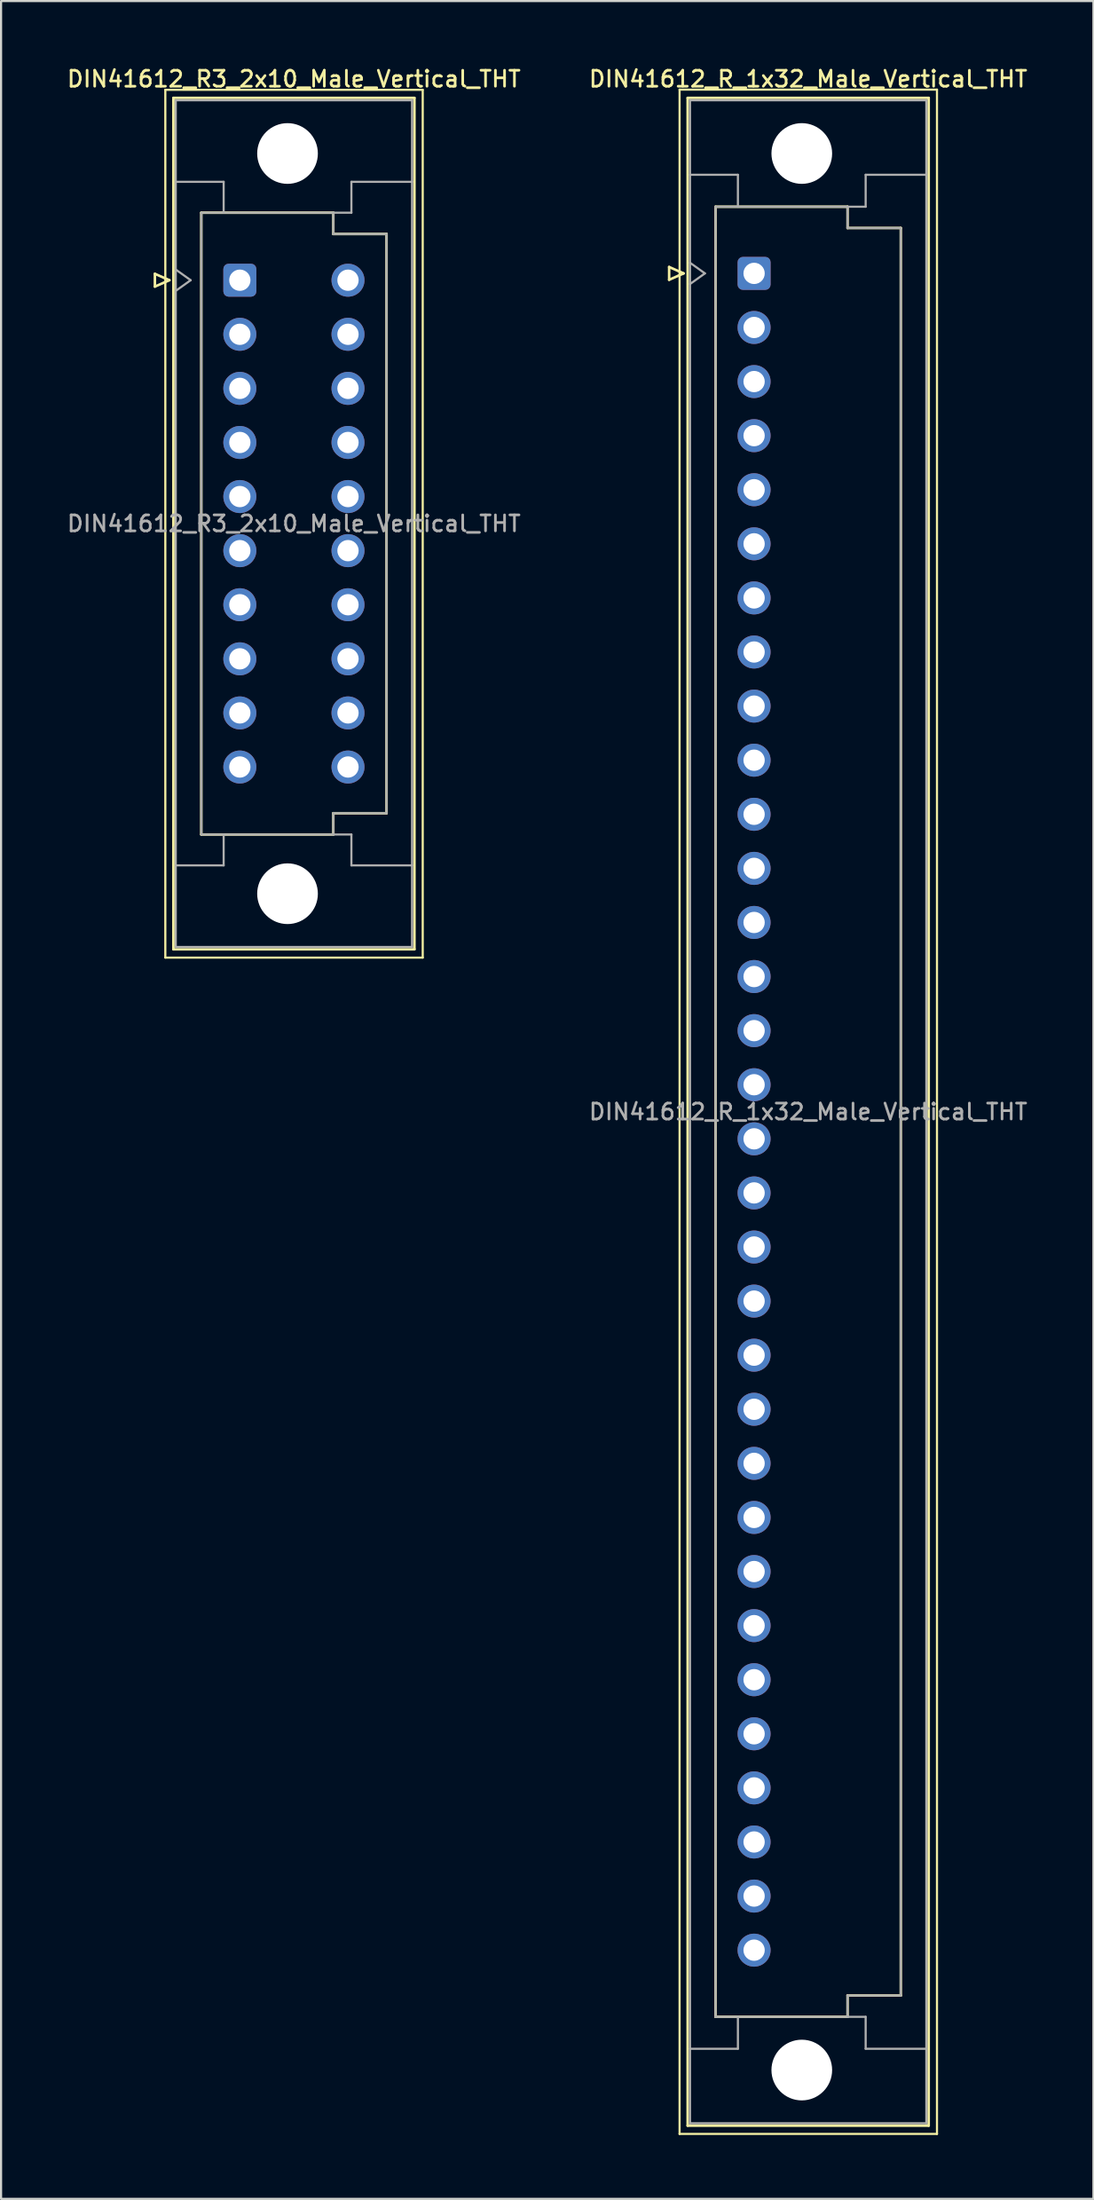
<source format=kicad_pcb>
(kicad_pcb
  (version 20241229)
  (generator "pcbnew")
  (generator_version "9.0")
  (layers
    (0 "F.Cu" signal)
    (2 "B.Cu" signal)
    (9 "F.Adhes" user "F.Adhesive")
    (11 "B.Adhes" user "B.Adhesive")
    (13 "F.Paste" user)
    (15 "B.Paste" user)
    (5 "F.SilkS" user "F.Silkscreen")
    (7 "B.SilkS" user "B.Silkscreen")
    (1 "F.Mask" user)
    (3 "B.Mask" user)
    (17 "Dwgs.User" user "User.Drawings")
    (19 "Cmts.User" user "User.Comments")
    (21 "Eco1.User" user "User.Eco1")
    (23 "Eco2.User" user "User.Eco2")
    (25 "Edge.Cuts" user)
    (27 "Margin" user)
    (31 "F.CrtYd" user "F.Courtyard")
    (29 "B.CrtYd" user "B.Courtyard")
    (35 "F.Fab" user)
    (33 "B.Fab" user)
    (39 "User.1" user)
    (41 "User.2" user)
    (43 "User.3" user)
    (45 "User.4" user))
  (footprint "DIN41612_R_1x32_Male_Vertical_THT"
    (layer "F.Cu")
    (at 32.369 9.788)
    (property "Reference" "DIN41612_R_1x32_Male_Vertical_THT" (at 2.54 -9.13 0) (layer "F.SilkS") (effects (font (size 0.75 0.75) (thickness 0.125))))
    (attr through_hole)
    (fp_line (start -3.99 -0.3) (end -3.99 0.3) (stroke (width 0.12) (type solid)) (layer "F.SilkS"))
    (fp_line (start -3.99 0.3) (end -3.31 0) (stroke (width 0.12) (type solid)) (layer "F.SilkS"))
    (fp_line (start -3.5 -8.63) (end 8.59 -8.63) (stroke (width 0.1) (type solid)) (layer "F.SilkS"))
    (fp_line (start -3.5 87.37) (end -3.5 -8.63) (stroke (width 0.1) (type solid)) (layer "F.SilkS"))
    (fp_line (start -3.31 0) (end -3.99 -0.3) (stroke (width 0.12) (type solid)) (layer "F.SilkS"))
    (fp_line (start -3.12 -8.24) (end 8.2 -8.24) (stroke (width 0.12) (type solid)) (layer "F.SilkS"))
    (fp_line (start -3.12 86.98) (end -3.12 -8.24) (stroke (width 0.12) (type solid)) (layer "F.SilkS"))
    (fp_line (start -1.81 -3.131) (end 4.39 -3.131) (stroke (width 0.12) (type solid)) (layer "F.SilkS"))
    (fp_line (start -1.81 81.87) (end -1.81 -3.131) (stroke (width 0.12) (type solid)) (layer "F.SilkS"))
    (fp_line (start 4.39 -3.131) (end 4.39 -2.131) (stroke (width 0.12) (type solid)) (layer "F.SilkS"))
    (fp_line (start 4.39 -2.131) (end 6.89 -2.131) (stroke (width 0.12) (type solid)) (layer "F.SilkS"))
    (fp_line (start 4.39 80.87) (end 4.39 81.87) (stroke (width 0.12) (type solid)) (layer "F.SilkS"))
    (fp_line (start 4.39 81.87) (end -1.81 81.87) (stroke (width 0.12) (type solid)) (layer "F.SilkS"))
    (fp_line (start 6.89 -2.131) (end 6.89 80.87) (stroke (width 0.12) (type solid)) (layer "F.SilkS"))
    (fp_line (start 6.89 80.87) (end 4.39 80.87) (stroke (width 0.12) (type solid)) (layer "F.SilkS"))
    (fp_line (start 8.2 -8.24) (end 8.2 86.98) (stroke (width 0.12) (type solid)) (layer "F.SilkS"))
    (fp_line (start 8.2 86.98) (end -3.12 86.98) (stroke (width 0.12) (type solid)) (layer "F.SilkS"))
    (fp_line (start 8.59 -8.63) (end 8.59 87.37) (stroke (width 0.1) (type solid)) (layer "F.SilkS"))
    (fp_line (start 8.59 87.37) (end -3.5 87.37) (stroke (width 0.1) (type solid)) (layer "F.SilkS"))
    (fp_line (start -3.01 -8.13) (end 8.09 -8.13) (stroke (width 0.1) (type solid)) (layer "F.Fab"))
    (fp_line (start -3.01 -4.63) (end -0.76 -4.63) (stroke (width 0.1) (type solid)) (layer "F.Fab"))
    (fp_line (start -3.01 -0.5) (end -2.31 0) (stroke (width 0.1) (type solid)) (layer "F.Fab"))
    (fp_line (start -3.01 83.37) (end -0.76 83.37) (stroke (width 0.1) (type solid)) (layer "F.Fab"))
    (fp_line (start -3.01 86.87) (end -3.01 -8.13) (stroke (width 0.1) (type solid)) (layer "F.Fab"))
    (fp_line (start -2.31 0) (end -3.01 0.5) (stroke (width 0.1) (type solid)) (layer "F.Fab"))
    (fp_line (start -1.81 -3.13) (end 4.39 -3.13) (stroke (width 0.1) (type solid)) (layer "F.Fab"))
    (fp_line (start -1.81 81.87) (end -1.81 -3.13) (stroke (width 0.1) (type solid)) (layer "F.Fab"))
    (fp_line (start -0.76 -4.63) (end -0.76 -3.13) (stroke (width 0.1) (type solid)) (layer "F.Fab"))
    (fp_line (start -0.76 83.37) (end -0.76 81.87) (stroke (width 0.1) (type solid)) (layer "F.Fab"))
    (fp_line (start 4.39 -3.13) (end 4.39 -2.13) (stroke (width 0.1) (type solid)) (layer "F.Fab"))
    (fp_line (start 4.39 -3.13) (end 5.24 -3.13) (stroke (width 0.1) (type solid)) (layer "F.Fab"))
    (fp_line (start 4.39 -2.13) (end 6.89 -2.13) (stroke (width 0.1) (type solid)) (layer "F.Fab"))
    (fp_line (start 4.39 80.87) (end 4.39 81.87) (stroke (width 0.1) (type solid)) (layer "F.Fab"))
    (fp_line (start 4.39 81.87) (end -1.81 81.87) (stroke (width 0.1) (type solid)) (layer "F.Fab"))
    (fp_line (start 4.39 81.87) (end 5.24 81.87) (stroke (width 0.1) (type solid)) (layer "F.Fab"))
    (fp_line (start 5.24 -4.63) (end 8.09 -4.63) (stroke (width 0.1) (type solid)) (layer "F.Fab"))
    (fp_line (start 5.24 -3.13) (end 5.24 -4.63) (stroke (width 0.1) (type solid)) (layer "F.Fab"))
    (fp_line (start 5.24 81.87) (end 5.24 83.37) (stroke (width 0.1) (type solid)) (layer "F.Fab"))
    (fp_line (start 5.24 83.37) (end 8.09 83.37) (stroke (width 0.1) (type solid)) (layer "F.Fab"))
    (fp_line (start 6.89 -2.13) (end 6.89 80.87) (stroke (width 0.1) (type solid)) (layer "F.Fab"))
    (fp_line (start 6.89 80.87) (end 4.39 80.87) (stroke (width 0.1) (type solid)) (layer "F.Fab"))
    (fp_line (start 8.09 -8.13) (end 8.09 86.87) (stroke (width 0.1) (type solid)) (layer "F.Fab"))
    (fp_line (start 8.09 86.87) (end -3.01 86.87) (stroke (width 0.1) (type solid)) (layer "F.Fab"))
    (fp_text user "${REFERENCE}" (at 2.54 39.37 0) (layer "F.Fab") (effects (font (size 0.75 0.75) (thickness 0.125))))
    (pad "" np_thru_hole circle (at 2.24 -5.63) (size 2.85 2.85) (drill 2.85) (layers "*.Cu" "*.Mask"))
    (pad "" np_thru_hole circle (at 2.24 84.37) (size 2.85 2.85) (drill 2.85) (layers "*.Cu" "*.Mask"))
    (pad "a1" thru_hole roundrect (at 0 0) (size 1.55 1.55) (drill 1) (layers "*.Cu" "*.Mask") (roundrect_rratio 0.161))
    (pad "a2" thru_hole circle (at 0 2.54) (size 1.55 1.55) (drill 1) (layers "*.Cu" "*.Mask"))
    (pad "a3" thru_hole circle (at 0 5.08) (size 1.55 1.55) (drill 1) (layers "*.Cu" "*.Mask"))
    (pad "a4" thru_hole circle (at 0 7.62) (size 1.55 1.55) (drill 1) (layers "*.Cu" "*.Mask"))
    (pad "a5" thru_hole circle (at 0 10.16) (size 1.55 1.55) (drill 1) (layers "*.Cu" "*.Mask"))
    (pad "a6" thru_hole circle (at 0 12.7) (size 1.55 1.55) (drill 1) (layers "*.Cu" "*.Mask"))
    (pad "a7" thru_hole circle (at 0 15.24) (size 1.55 1.55) (drill 1) (layers "*.Cu" "*.Mask"))
    (pad "a8" thru_hole circle (at 0 17.78) (size 1.55 1.55) (drill 1) (layers "*.Cu" "*.Mask"))
    (pad "a9" thru_hole circle (at 0 20.32) (size 1.55 1.55) (drill 1) (layers "*.Cu" "*.Mask"))
    (pad "a10" thru_hole circle (at 0 22.86) (size 1.55 1.55) (drill 1) (layers "*.Cu" "*.Mask"))
    (pad "a11" thru_hole circle (at 0 25.4) (size 1.55 1.55) (drill 1) (layers "*.Cu" "*.Mask"))
    (pad "a12" thru_hole circle (at 0 27.94) (size 1.55 1.55) (drill 1) (layers "*.Cu" "*.Mask"))
    (pad "a13" thru_hole circle (at 0 30.48) (size 1.55 1.55) (drill 1) (layers "*.Cu" "*.Mask"))
    (pad "a14" thru_hole circle (at 0 33.02) (size 1.55 1.55) (drill 1) (layers "*.Cu" "*.Mask"))
    (pad "a15" thru_hole circle (at 0 35.56) (size 1.55 1.55) (drill 1) (layers "*.Cu" "*.Mask"))
    (pad "a16" thru_hole circle (at 0 38.1) (size 1.55 1.55) (drill 1) (layers "*.Cu" "*.Mask"))
    (pad "a17" thru_hole circle (at 0 40.64) (size 1.55 1.55) (drill 1) (layers "*.Cu" "*.Mask"))
    (pad "a18" thru_hole circle (at 0 43.18) (size 1.55 1.55) (drill 1) (layers "*.Cu" "*.Mask"))
    (pad "a19" thru_hole circle (at 0 45.72) (size 1.55 1.55) (drill 1) (layers "*.Cu" "*.Mask"))
    (pad "a20" thru_hole circle (at 0 48.26) (size 1.55 1.55) (drill 1) (layers "*.Cu" "*.Mask"))
    (pad "a21" thru_hole circle (at 0 50.8) (size 1.55 1.55) (drill 1) (layers "*.Cu" "*.Mask"))
    (pad "a22" thru_hole circle (at 0 53.34) (size 1.55 1.55) (drill 1) (layers "*.Cu" "*.Mask"))
    (pad "a23" thru_hole circle (at 0 55.88) (size 1.55 1.55) (drill 1) (layers "*.Cu" "*.Mask"))
    (pad "a24" thru_hole circle (at 0 58.42) (size 1.55 1.55) (drill 1) (layers "*.Cu" "*.Mask"))
    (pad "a25" thru_hole circle (at 0 60.96) (size 1.55 1.55) (drill 1) (layers "*.Cu" "*.Mask"))
    (pad "a26" thru_hole circle (at 0 63.5) (size 1.55 1.55) (drill 1) (layers "*.Cu" "*.Mask"))
    (pad "a27" thru_hole circle (at 0 66.04) (size 1.55 1.55) (drill 1) (layers "*.Cu" "*.Mask"))
    (pad "a28" thru_hole circle (at 0 68.58) (size 1.55 1.55) (drill 1) (layers "*.Cu" "*.Mask"))
    (pad "a29" thru_hole circle (at 0 71.12) (size 1.55 1.55) (drill 1) (layers "*.Cu" "*.Mask"))
    (pad "a30" thru_hole circle (at 0 73.66) (size 1.55 1.55) (drill 1) (layers "*.Cu" "*.Mask"))
    (pad "a31" thru_hole circle (at 0 76.2) (size 1.55 1.55) (drill 1) (layers "*.Cu" "*.Mask"))
    (pad "a32" thru_hole circle (at 0 78.74) (size 1.55 1.55) (drill 1) (layers "*.Cu" "*.Mask")))
  (footprint "DIN41612_R3_2x10_Male_Vertical_THT"
    (layer "F.Cu")
    (at 8.215 10.108)
    (property "Reference" "DIN41612_R3_2x10_Male_Vertical_THT" (at 2.54 -9.45 0) (layer "F.SilkS") (effects (font (size 0.75 0.75) (thickness 0.125))))
    (attr through_hole)
    (fp_line (start -3.99 -0.3) (end -3.99 0.3) (stroke (width 0.12) (type solid)) (layer "F.SilkS"))
    (fp_line (start -3.99 0.3) (end -3.31 0) (stroke (width 0.12) (type solid)) (layer "F.SilkS"))
    (fp_line (start -3.5 -8.94) (end 8.59 -8.94) (stroke (width 0.1) (type solid)) (layer "F.SilkS"))
    (fp_line (start -3.5 31.81) (end -3.5 -8.94) (stroke (width 0.1) (type solid)) (layer "F.SilkS"))
    (fp_line (start -3.31 0) (end -3.99 -0.3) (stroke (width 0.12) (type solid)) (layer "F.SilkS"))
    (fp_line (start -3.12 -8.56) (end 8.2 -8.56) (stroke (width 0.12) (type solid)) (layer "F.SilkS"))
    (fp_line (start -3.12 31.42) (end -3.12 -8.56) (stroke (width 0.12) (type solid)) (layer "F.SilkS"))
    (fp_line (start -1.81 -3.17) (end 4.39 -3.17) (stroke (width 0.12) (type solid)) (layer "F.SilkS"))
    (fp_line (start -1.81 26.03) (end -1.81 -3.17) (stroke (width 0.12) (type solid)) (layer "F.SilkS"))
    (fp_line (start 4.39 -3.17) (end 4.39 -2.17) (stroke (width 0.12) (type solid)) (layer "F.SilkS"))
    (fp_line (start 4.39 -2.17) (end 6.89 -2.17) (stroke (width 0.12) (type solid)) (layer "F.SilkS"))
    (fp_line (start 4.39 25.03) (end 4.39 26.03) (stroke (width 0.12) (type solid)) (layer "F.SilkS"))
    (fp_line (start 4.39 26.03) (end -1.81 26.03) (stroke (width 0.12) (type solid)) (layer "F.SilkS"))
    (fp_line (start 6.89 -2.17) (end 6.89 25.03) (stroke (width 0.12) (type solid)) (layer "F.SilkS"))
    (fp_line (start 6.89 25.03) (end 4.39 25.03) (stroke (width 0.12) (type solid)) (layer "F.SilkS"))
    (fp_line (start 8.2 -8.56) (end 8.2 31.42) (stroke (width 0.12) (type solid)) (layer "F.SilkS"))
    (fp_line (start 8.2 31.42) (end -3.12 31.42) (stroke (width 0.12) (type solid)) (layer "F.SilkS"))
    (fp_line (start 8.59 -8.94) (end 8.59 31.81) (stroke (width 0.1) (type solid)) (layer "F.SilkS"))
    (fp_line (start 8.59 31.81) (end -3.5 31.81) (stroke (width 0.1) (type solid)) (layer "F.SilkS"))
    (fp_line (start -3.01 -8.45) (end 8.09 -8.45) (stroke (width 0.1) (type solid)) (layer "F.Fab"))
    (fp_line (start -3.01 -4.62) (end -0.76 -4.62) (stroke (width 0.1) (type solid)) (layer "F.Fab"))
    (fp_line (start -3.01 -0.5) (end -2.31 0) (stroke (width 0.1) (type solid)) (layer "F.Fab"))
    (fp_line (start -3.01 27.48) (end -0.76 27.48) (stroke (width 0.1) (type solid)) (layer "F.Fab"))
    (fp_line (start -3.01 31.31) (end -3.01 -8.45) (stroke (width 0.1) (type solid)) (layer "F.Fab"))
    (fp_line (start -2.31 0) (end -3.01 0.5) (stroke (width 0.1) (type solid)) (layer "F.Fab"))
    (fp_line (start -1.81 -3.17) (end 4.39 -3.17) (stroke (width 0.1) (type solid)) (layer "F.Fab"))
    (fp_line (start -1.81 26.03) (end -1.81 -3.17) (stroke (width 0.1) (type solid)) (layer "F.Fab"))
    (fp_line (start -0.76 -4.62) (end -0.76 -3.17) (stroke (width 0.1) (type solid)) (layer "F.Fab"))
    (fp_line (start -0.76 27.48) (end -0.76 26.03) (stroke (width 0.1) (type solid)) (layer "F.Fab"))
    (fp_line (start 4.39 -3.17) (end 4.39 -2.17) (stroke (width 0.1) (type solid)) (layer "F.Fab"))
    (fp_line (start 4.39 -3.17) (end 5.24 -3.17) (stroke (width 0.1) (type solid)) (layer "F.Fab"))
    (fp_line (start 4.39 -2.17) (end 6.89 -2.17) (stroke (width 0.1) (type solid)) (layer "F.Fab"))
    (fp_line (start 4.39 25.03) (end 4.39 26.03) (stroke (width 0.1) (type solid)) (layer "F.Fab"))
    (fp_line (start 4.39 26.03) (end -1.81 26.03) (stroke (width 0.1) (type solid)) (layer "F.Fab"))
    (fp_line (start 4.39 26.03) (end 5.24 26.03) (stroke (width 0.1) (type solid)) (layer "F.Fab"))
    (fp_line (start 5.24 -4.62) (end 8.09 -4.62) (stroke (width 0.1) (type solid)) (layer "F.Fab"))
    (fp_line (start 5.24 -3.17) (end 5.24 -4.62) (stroke (width 0.1) (type solid)) (layer "F.Fab"))
    (fp_line (start 5.24 26.03) (end 5.24 27.48) (stroke (width 0.1) (type solid)) (layer "F.Fab"))
    (fp_line (start 5.24 27.48) (end 8.09 27.48) (stroke (width 0.1) (type solid)) (layer "F.Fab"))
    (fp_line (start 6.89 -2.17) (end 6.89 25.03) (stroke (width 0.1) (type solid)) (layer "F.Fab"))
    (fp_line (start 6.89 25.03) (end 4.39 25.03) (stroke (width 0.1) (type solid)) (layer "F.Fab"))
    (fp_line (start 8.09 -8.45) (end 8.09 31.31) (stroke (width 0.1) (type solid)) (layer "F.Fab"))
    (fp_line (start 8.09 31.31) (end -3.01 31.31) (stroke (width 0.1) (type solid)) (layer "F.Fab"))
    (fp_text user "${REFERENCE}" (at 2.54 11.43 0) (layer "F.Fab") (effects (font (size 0.75 0.75) (thickness 0.125))))
    (pad "" np_thru_hole circle (at 2.24 -5.95) (size 2.85 2.85) (drill 2.85) (layers "*.Cu" "*.Mask"))
    (pad "" np_thru_hole circle (at 2.24 28.81) (size 2.85 2.85) (drill 2.85) (layers "*.Cu" "*.Mask"))
    (pad "a1" thru_hole roundrect (at 0 0) (size 1.55 1.55) (drill 1) (layers "*.Cu" "*.Mask") (roundrect_rratio 0.161))
    (pad "a2" thru_hole circle (at 0 2.54) (size 1.55 1.55) (drill 1) (layers "*.Cu" "*.Mask"))
    (pad "a3" thru_hole circle (at 0 5.08) (size 1.55 1.55) (drill 1) (layers "*.Cu" "*.Mask"))
    (pad "a4" thru_hole circle (at 0 7.62) (size 1.55 1.55) (drill 1) (layers "*.Cu" "*.Mask"))
    (pad "a5" thru_hole circle (at 0 10.16) (size 1.55 1.55) (drill 1) (layers "*.Cu" "*.Mask"))
    (pad "a6" thru_hole circle (at 0 12.7) (size 1.55 1.55) (drill 1) (layers "*.Cu" "*.Mask"))
    (pad "a7" thru_hole circle (at 0 15.24) (size 1.55 1.55) (drill 1) (layers "*.Cu" "*.Mask"))
    (pad "a8" thru_hole circle (at 0 17.78) (size 1.55 1.55) (drill 1) (layers "*.Cu" "*.Mask"))
    (pad "a9" thru_hole circle (at 0 20.32) (size 1.55 1.55) (drill 1) (layers "*.Cu" "*.Mask"))
    (pad "a10" thru_hole circle (at 0 22.86) (size 1.55 1.55) (drill 1) (layers "*.Cu" "*.Mask"))
    (pad "c1" thru_hole circle (at 5.08 0) (size 1.55 1.55) (drill 1) (layers "*.Cu" "*.Mask"))
    (pad "c2" thru_hole circle (at 5.08 2.54) (size 1.55 1.55) (drill 1) (layers "*.Cu" "*.Mask"))
    (pad "c3" thru_hole circle (at 5.08 5.08) (size 1.55 1.55) (drill 1) (layers "*.Cu" "*.Mask"))
    (pad "c4" thru_hole circle (at 5.08 7.62) (size 1.55 1.55) (drill 1) (layers "*.Cu" "*.Mask"))
    (pad "c5" thru_hole circle (at 5.08 10.16) (size 1.55 1.55) (drill 1) (layers "*.Cu" "*.Mask"))
    (pad "c6" thru_hole circle (at 5.08 12.7) (size 1.55 1.55) (drill 1) (layers "*.Cu" "*.Mask"))
    (pad "c7" thru_hole circle (at 5.08 15.24) (size 1.55 1.55) (drill 1) (layers "*.Cu" "*.Mask"))
    (pad "c8" thru_hole circle (at 5.08 17.78) (size 1.55 1.55) (drill 1) (layers "*.Cu" "*.Mask"))
    (pad "c9" thru_hole circle (at 5.08 20.32) (size 1.55 1.55) (drill 1) (layers "*.Cu" "*.Mask"))
    (pad "c10" thru_hole circle (at 5.08 22.86) (size 1.55 1.55) (drill 1) (layers "*.Cu" "*.Mask")))
  (gr_rect
    (start -3 -3)
    (end 48.307 100.208)
    (stroke (width 0.1) (type default))
    (fill no)
    (layer "Edge.Cuts")))
</source>
